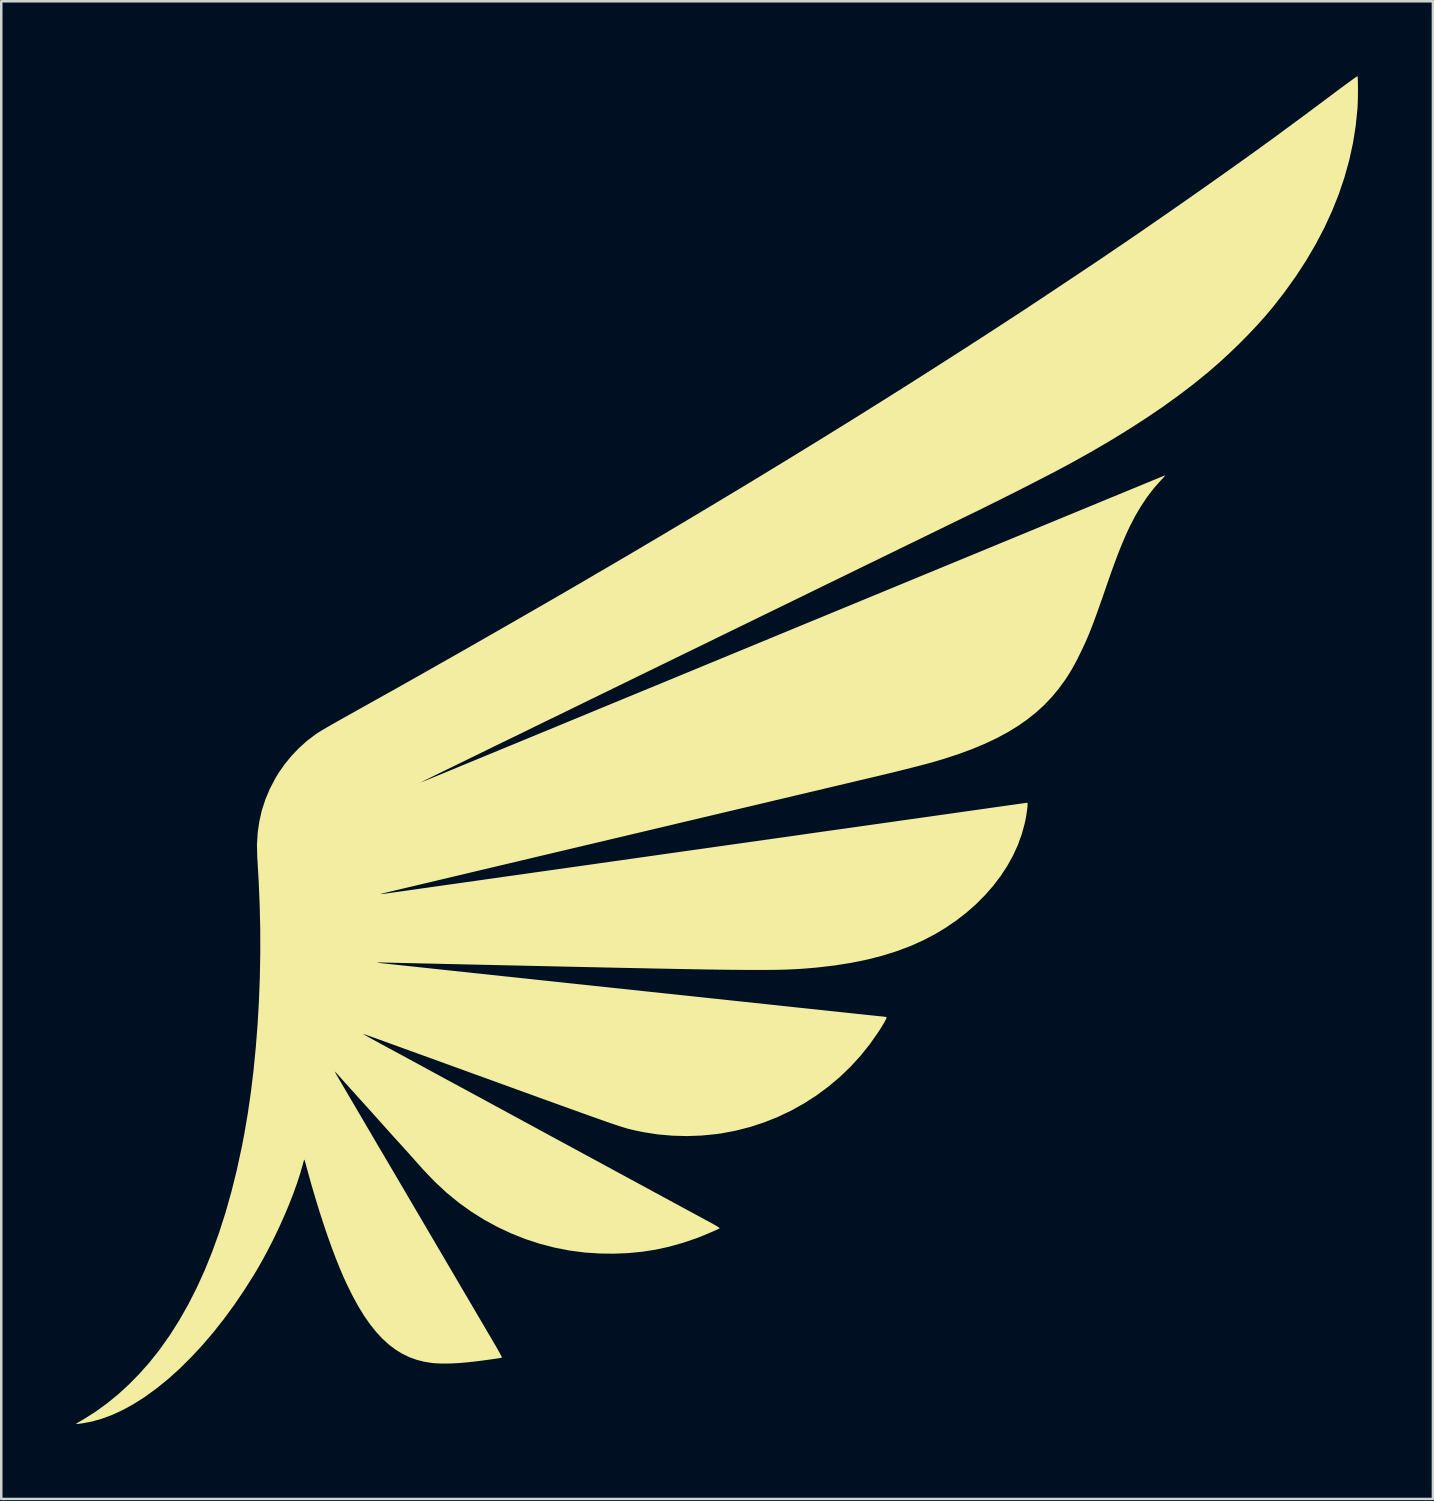
<source format=kicad_pcb>
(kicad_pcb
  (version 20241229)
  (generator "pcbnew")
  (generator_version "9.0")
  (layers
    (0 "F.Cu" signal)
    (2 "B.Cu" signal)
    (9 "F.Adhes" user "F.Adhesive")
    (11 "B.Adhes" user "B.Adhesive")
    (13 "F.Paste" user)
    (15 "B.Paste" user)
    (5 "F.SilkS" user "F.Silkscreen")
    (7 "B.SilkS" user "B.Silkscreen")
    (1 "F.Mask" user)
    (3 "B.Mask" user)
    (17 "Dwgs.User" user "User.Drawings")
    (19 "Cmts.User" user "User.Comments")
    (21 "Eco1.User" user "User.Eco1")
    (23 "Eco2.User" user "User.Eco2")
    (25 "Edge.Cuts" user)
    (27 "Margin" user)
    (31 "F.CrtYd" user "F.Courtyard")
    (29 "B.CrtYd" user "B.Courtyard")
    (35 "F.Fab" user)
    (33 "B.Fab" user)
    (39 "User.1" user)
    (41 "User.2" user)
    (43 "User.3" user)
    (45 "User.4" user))
  (footprint "silk"
    (layer "F.Cu")
    (at 25.626 26.95)
    (property "Reference" "silk" (at 0 0 0) (layer "F.SilkS") (effects (font (size 1.524 1.524) (thickness 0.3))))
    (attr board_only exclude_from_pos_files exclude_from_bom)
    (fp_poly (pts (xy 25.647 -26.927) (xy 25.652 -26.869) (xy 25.655 -26.782) (xy 25.658 -26.672) (xy 25.659 -26.545) (xy 25.66 -26.405) (xy 25.659 -26.258) (xy 25.657 -26.11) (xy 25.654 -25.967) (xy 25.649 -25.834) (xy 25.644 -25.716) (xy 25.64 -25.65) (xy 25.569 -24.959) (xy 25.46 -24.271) (xy 25.31 -23.587) (xy 25.121 -22.907) (xy 24.893 -22.231) (xy 24.625 -21.56) (xy 24.318 -20.894) (xy 23.972 -20.232) (xy 23.587 -19.576) (xy 23.163 -18.926) (xy 22.701 -18.281) (xy 22.262 -17.72) (xy 21.965 -17.366) (xy 21.637 -16.999) (xy 21.285 -16.626) (xy 20.915 -16.251) (xy 20.531 -15.881) (xy 20.14 -15.521) (xy 19.747 -15.177) (xy 19.63 -15.078) (xy 19.074 -14.627) (xy 18.478 -14.174) (xy 17.846 -13.719) (xy 17.177 -13.265) (xy 16.473 -12.812) (xy 15.735 -12.359) (xy 14.965 -11.909) (xy 14.26 -11.516) (xy 14.002 -11.376) (xy 13.712 -11.221) (xy 13.393 -11.053) (xy 13.049 -10.875) (xy 12.684 -10.687) (xy 12.302 -10.492) (xy 11.906 -10.291) (xy 11.501 -10.088) (xy 11.09 -9.883) (xy 10.677 -9.678) (xy 10.266 -9.476) (xy 9.86 -9.279) (xy 9.83 -9.264) (xy 9.642 -9.173) (xy 9.428 -9.069) (xy 9.202 -8.959) (xy 8.972 -8.847) (xy 8.752 -8.739) (xy 8.551 -8.641) (xy 8.492 -8.612) (xy 8.34 -8.538) (xy 8.199 -8.469) (xy 8.074 -8.408) (xy 7.969 -8.357) (xy 7.887 -8.317) (xy 7.833 -8.291) (xy 7.81 -8.28) (xy 7.809 -8.28) (xy 7.791 -8.271) (xy 7.74 -8.247) (xy 7.661 -8.209) (xy 7.557 -8.158) (xy 7.431 -8.096) (xy 7.288 -8.026) (xy 7.131 -7.949) (xy 7.01 -7.89) (xy 6.844 -7.809) (xy 6.691 -7.734) (xy 6.552 -7.666) (xy 6.432 -7.607) (xy 6.334 -7.56) (xy 6.262 -7.525) (xy 6.219 -7.505) (xy 6.209 -7.5) (xy 6.191 -7.491) (xy 6.14 -7.467) (xy 6.061 -7.429) (xy 5.956 -7.378) (xy 5.83 -7.316) (xy 5.687 -7.246) (xy 5.53 -7.169) (xy 5.409 -7.11) (xy 5.244 -7.029) (xy 5.09 -6.954) (xy 4.952 -6.886) (xy 4.832 -6.827) (xy 4.734 -6.78) (xy 4.662 -6.745) (xy 4.62 -6.725) (xy 4.61 -6.72) (xy 4.592 -6.712) (xy 4.542 -6.687) (xy 4.463 -6.649) (xy 4.361 -6.6) (xy 4.238 -6.54) (xy 4.1 -6.472) (xy 3.949 -6.398) (xy 3.928 -6.388) (xy 3.737 -6.295) (xy 3.522 -6.189) (xy 3.293 -6.077) (xy 3.06 -5.964) (xy 2.835 -5.854) (xy 2.629 -5.753) (xy 2.55 -5.715) (xy 2.399 -5.642) (xy 2.258 -5.573) (xy 2.122 -5.507) (xy 1.99 -5.443) (xy 1.858 -5.378) (xy 1.724 -5.313) (xy 1.585 -5.245) (xy 1.437 -5.173) (xy 1.279 -5.096) (xy 1.106 -5.012) (xy 0.917 -4.92) (xy 0.708 -4.818) (xy 0.476 -4.705) (xy 0.219 -4.58) (xy -0.066 -4.441) (xy -0.382 -4.286) (xy -0.62 -4.17) (xy -0.868 -4.049) (xy -1.113 -3.93) (xy -1.354 -3.812) (xy -1.585 -3.7) (xy -1.803 -3.593) (xy -2.006 -3.494) (xy -2.189 -3.405) (xy -2.349 -3.327) (xy -2.482 -3.263) (xy -2.584 -3.213) (xy -2.63 -3.19) (xy -2.869 -3.074) (xy -3.121 -2.951) (xy -3.383 -2.824) (xy -3.65 -2.693) (xy -3.921 -2.562) (xy -4.19 -2.43) (xy -4.453 -2.302) (xy -4.708 -2.177) (xy -4.951 -2.059) (xy -5.177 -1.949) (xy -5.384 -1.848) (xy -5.566 -1.759) (xy -5.722 -1.683) (xy -5.846 -1.622) (xy -5.88 -1.605) (xy -6.024 -1.535) (xy -6.168 -1.464) (xy -6.304 -1.398) (xy -6.426 -1.339) (xy -6.525 -1.291) (xy -6.59 -1.26) (xy -6.653 -1.23) (xy -6.747 -1.184) (xy -6.867 -1.126) (xy -7.006 -1.058) (xy -7.159 -0.983) (xy -7.322 -0.904) (xy -7.488 -0.822) (xy -7.508 -0.812) (xy -7.665 -0.735) (xy -7.81 -0.664) (xy -7.94 -0.601) (xy -8.05 -0.547) (xy -8.138 -0.504) (xy -8.198 -0.475) (xy -8.228 -0.461) (xy -8.231 -0.46) (xy -8.249 -0.451) (xy -8.3 -0.427) (xy -8.379 -0.389) (xy -8.483 -0.338) (xy -8.608 -0.277) (xy -8.75 -0.208) (xy -8.906 -0.132) (xy -9.003 -0.084) (xy -9.178 0.001) (xy -9.381 0.101) (xy -9.606 0.211) (xy -9.845 0.327) (xy -10.09 0.447) (xy -10.335 0.567) (xy -10.572 0.682) (xy -10.793 0.79) (xy -10.794 0.79) (xy -10.982 0.882) (xy -11.159 0.968) (xy -11.321 1.048) (xy -11.465 1.119) (xy -11.589 1.18) (xy -11.689 1.23) (xy -11.761 1.266) (xy -11.803 1.288) (xy -11.813 1.294) (xy -11.808 1.294) (xy -11.796 1.29) (xy -11.774 1.282) (xy -11.739 1.269) (xy -11.691 1.249) (xy -11.626 1.223) (xy -11.543 1.189) (xy -11.44 1.147) (xy -11.314 1.096) (xy -11.164 1.034) (xy -10.987 0.961) (xy -10.782 0.876) (xy -10.546 0.779) (xy -10.277 0.667) (xy -9.973 0.542) (xy -9.97 0.541) (xy -9.806 0.473) (xy -9.614 0.393) (xy -9.402 0.306) (xy -9.18 0.214) (xy -8.957 0.122) (xy -8.741 0.033) (xy -8.55 -0.046) (xy -8.21 -0.186) (xy -7.859 -0.331) (xy -7.503 -0.478) (xy -7.145 -0.626) (xy -6.79 -0.772) (xy -6.443 -0.915) (xy -6.108 -1.054) (xy -5.789 -1.185) (xy -5.49 -1.309) (xy -5.216 -1.422) (xy -4.972 -1.523) (xy -4.81 -1.59) (xy -4.705 -1.633) (xy -4.604 -1.675) (xy -4.504 -1.716) (xy -4.404 -1.757) (xy -4.302 -1.8) (xy -4.194 -1.844) (xy -4.081 -1.891) (xy -3.958 -1.941) (xy -3.825 -1.996) (xy -3.679 -2.057) (xy -3.518 -2.123) (xy -3.341 -2.196) (xy -3.144 -2.277) (xy -2.927 -2.367) (xy -2.686 -2.467) (xy -2.42 -2.576) (xy -2.127 -2.697) (xy -1.805 -2.83) (xy -1.452 -2.976) (xy -1.065 -3.135) (xy -0.74 -3.27) (xy -0.483 -3.376) (xy -0.227 -3.482) (xy 0.026 -3.586) (xy 0.27 -3.687) (xy 0.503 -3.783) (xy 0.719 -3.872) (xy 0.917 -3.954) (xy 1.091 -4.026) (xy 1.238 -4.086) (xy 1.353 -4.134) (xy 1.4 -4.153) (xy 1.607 -4.239) (xy 1.798 -4.318) (xy 1.978 -4.392) (xy 2.148 -4.463) (xy 2.313 -4.531) (xy 2.476 -4.598) (xy 2.641 -4.666) (xy 2.811 -4.736) (xy 2.989 -4.81) (xy 3.179 -4.888) (xy 3.384 -4.973) (xy 3.608 -5.065) (xy 3.853 -5.167) (xy 4.125 -5.278) (xy 4.425 -5.402) (xy 4.758 -5.54) (xy 4.88 -5.59) (xy 5.16 -5.705) (xy 5.434 -5.818) (xy 5.699 -5.928) (xy 5.952 -6.032) (xy 6.191 -6.131) (xy 6.413 -6.222) (xy 6.615 -6.306) (xy 6.793 -6.379) (xy 6.947 -6.443) (xy 7.072 -6.494) (xy 7.166 -6.533) (xy 7.226 -6.558) (xy 7.23 -6.56) (xy 7.325 -6.599) (xy 7.448 -6.65) (xy 7.595 -6.711) (xy 7.761 -6.78) (xy 7.943 -6.855) (xy 8.134 -6.934) (xy 8.331 -7.015) (xy 8.529 -7.097) (xy 8.723 -7.177) (xy 8.909 -7.254) (xy 9.083 -7.326) (xy 9.24 -7.39) (xy 9.375 -7.446) (xy 9.483 -7.49) (xy 9.561 -7.522) (xy 9.58 -7.53) (xy 9.634 -7.552) (xy 9.72 -7.588) (xy 9.837 -7.636) (xy 9.98 -7.695) (xy 10.146 -7.764) (xy 10.332 -7.84) (xy 10.532 -7.923) (xy 10.746 -8.011) (xy 10.967 -8.103) (xy 11.13 -8.17) (xy 11.384 -8.275) (xy 11.652 -8.386) (xy 11.93 -8.5) (xy 12.21 -8.616) (xy 12.485 -8.73) (xy 12.75 -8.839) (xy 12.998 -8.942) (xy 13.223 -9.034) (xy 13.417 -9.115) (xy 13.43 -9.12) (xy 13.66 -9.215) (xy 13.915 -9.32) (xy 14.185 -9.432) (xy 14.462 -9.546) (xy 14.735 -9.658) (xy 14.994 -9.766) (xy 15.231 -9.863) (xy 15.32 -9.9) (xy 15.702 -10.058) (xy 16.048 -10.2) (xy 16.36 -10.329) (xy 16.639 -10.444) (xy 16.887 -10.546) (xy 17.105 -10.636) (xy 17.294 -10.714) (xy 17.456 -10.781) (xy 17.593 -10.837) (xy 17.705 -10.882) (xy 17.795 -10.919) (xy 17.862 -10.946) (xy 17.91 -10.965) (xy 17.939 -10.976) (xy 17.951 -10.98) (xy 17.951 -10.98) (xy 17.942 -10.966) (xy 17.911 -10.929) (xy 17.86 -10.872) (xy 17.794 -10.802) (xy 17.751 -10.756) (xy 17.486 -10.455) (xy 17.228 -10.118) (xy 16.981 -9.75) (xy 16.748 -9.355) (xy 16.531 -8.937) (xy 16.494 -8.86) (xy 16.381 -8.613) (xy 16.267 -8.351) (xy 16.151 -8.07) (xy 16.032 -7.765) (xy 15.908 -7.433) (xy 15.777 -7.071) (xy 15.651 -6.71) (xy 15.533 -6.37) (xy 15.427 -6.065) (xy 15.331 -5.791) (xy 15.243 -5.545) (xy 15.164 -5.324) (xy 15.09 -5.125) (xy 15.022 -4.945) (xy 14.957 -4.78) (xy 14.895 -4.626) (xy 14.834 -4.482) (xy 14.774 -4.343) (xy 14.712 -4.206) (xy 14.647 -4.068) (xy 14.579 -3.926) (xy 14.561 -3.889) (xy 14.447 -3.657) (xy 14.341 -3.454) (xy 14.239 -3.27) (xy 14.137 -3.097) (xy 14.028 -2.925) (xy 13.939 -2.79) (xy 13.683 -2.438) (xy 13.406 -2.105) (xy 13.107 -1.791) (xy 12.783 -1.495) (xy 12.433 -1.216) (xy 12.056 -0.952) (xy 11.65 -0.703) (xy 11.213 -0.468) (xy 10.745 -0.246) (xy 10.243 -0.036) (xy 9.706 0.163) (xy 9.133 0.352) (xy 8.672 0.489) (xy 8.511 0.534) (xy 8.316 0.586) (xy 8.092 0.645) (xy 7.845 0.708) (xy 7.58 0.775) (xy 7.302 0.845) (xy 7.017 0.915) (xy 6.729 0.984) (xy 6.444 1.053) (xy 6.34 1.077) (xy 6.24 1.101) (xy 6.105 1.132) (xy 5.943 1.171) (xy 5.757 1.215) (xy 5.552 1.263) (xy 5.335 1.315) (xy 5.11 1.368) (xy 4.882 1.422) (xy 4.73 1.458) (xy 4.502 1.512) (xy 4.271 1.567) (xy 4.044 1.621) (xy 3.826 1.673) (xy 3.621 1.721) (xy 3.436 1.765) (xy 3.275 1.803) (xy 3.145 1.834) (xy 3.08 1.849) (xy 2.917 1.888) (xy 2.728 1.933) (xy 2.528 1.98) (xy 2.331 2.027) (xy 2.15 2.07) (xy 2.1 2.082) (xy 1.85 2.141) (xy 1.604 2.199) (xy 1.353 2.259) (xy 1.09 2.321) (xy 0.806 2.388) (xy 0.491 2.462) (xy 0.465 2.469) (xy 0.396 2.485) (xy 0.292 2.51) (xy 0.154 2.542) (xy -0.013 2.582) (xy -0.208 2.628) (xy -0.428 2.68) (xy -0.669 2.737) (xy -0.928 2.799) (xy -1.203 2.864) (xy -1.49 2.932) (xy -1.787 3.003) (xy -2.091 3.075) (xy -2.24 3.11) (xy -2.543 3.182) (xy -2.839 3.252) (xy -3.124 3.32) (xy -3.397 3.384) (xy -3.654 3.445) (xy -3.892 3.502) (xy -4.11 3.553) (xy -4.303 3.599) (xy -4.47 3.639) (xy -4.608 3.672) (xy -4.715 3.697) (xy -4.786 3.714) (xy -4.81 3.719) (xy -4.872 3.734) (xy -4.969 3.757) (xy -5.099 3.787) (xy -5.259 3.825) (xy -5.445 3.869) (xy -5.654 3.919) (xy -5.883 3.973) (xy -6.13 4.031) (xy -6.39 4.093) (xy -6.661 4.157) (xy -6.94 4.223) (xy -7.223 4.29) (xy -7.507 4.358) (xy -7.79 4.425) (xy -8.068 4.491) (xy -8.338 4.555) (xy -8.597 4.616) (xy -8.841 4.674) (xy -9.068 4.728) (xy -9.275 4.777) (xy -9.458 4.82) (xy -9.614 4.857) (xy -9.74 4.887) (xy -9.833 4.909) (xy -9.88 4.921) (xy -10.008 4.951) (xy -10.162 4.988) (xy -10.328 5.027) (xy -10.493 5.067) (xy -10.63 5.099) (xy -10.742 5.126) (xy -10.886 5.16) (xy -11.056 5.2) (xy -11.244 5.245) (xy -11.444 5.292) (xy -11.65 5.341) (xy -11.853 5.389) (xy -11.93 5.407) (xy -12.126 5.454) (xy -12.322 5.5) (xy -12.513 5.545) (xy -12.691 5.587) (xy -12.852 5.625) (xy -12.988 5.658) (xy -13.095 5.683) (xy -13.134 5.692) (xy -13.241 5.718) (xy -13.332 5.741) (xy -13.401 5.759) (xy -13.442 5.772) (xy -13.451 5.776) (xy -13.429 5.776) (xy -13.375 5.771) (xy -13.296 5.761) (xy -13.2 5.748) (xy -13.156 5.742) (xy -13.099 5.734) (xy -13.004 5.721) (xy -12.876 5.702) (xy -12.717 5.68) (xy -12.529 5.653) (xy -12.317 5.623) (xy -12.083 5.59) (xy -11.829 5.554) (xy -11.559 5.516) (xy -11.276 5.475) (xy -10.982 5.434) (xy -10.681 5.391) (xy -10.6 5.38) (xy -10.034 5.3) (xy -9.465 5.219) (xy -8.896 5.139) (xy -8.329 5.058) (xy -7.767 4.979) (xy -7.212 4.9) (xy -6.668 4.823) (xy -6.137 4.748) (xy -5.622 4.675) (xy -5.124 4.605) (xy -4.648 4.537) (xy -4.195 4.473) (xy -3.768 4.413) (xy -3.37 4.356) (xy -3.003 4.304) (xy -2.67 4.257) (xy -2.374 4.215) (xy -2.34 4.21) (xy -2.121 4.179) (xy -1.868 4.143) (xy -1.586 4.103) (xy -1.28 4.06) (xy -0.957 4.014) (xy -0.621 3.967) (xy -0.277 3.918) (xy 0.068 3.869) (xy 0.409 3.821) (xy 0.742 3.774) (xy 1.05 3.731) (xy 1.337 3.69) (xy 1.616 3.651) (xy 1.884 3.613) (xy 2.138 3.577) (xy 2.375 3.543) (xy 2.593 3.512) (xy 2.787 3.485) (xy 2.956 3.461) (xy 3.097 3.441) (xy 3.205 3.425) (xy 3.28 3.415) (xy 3.31 3.41) (xy 3.372 3.401) (xy 3.468 3.388) (xy 3.593 3.37) (xy 3.743 3.348) (xy 3.912 3.324) (xy 4.096 3.298) (xy 4.288 3.271) (xy 4.43 3.251) (xy 4.654 3.219) (xy 4.914 3.183) (xy 5.205 3.142) (xy 5.523 3.097) (xy 5.865 3.048) (xy 6.227 2.997) (xy 6.604 2.944) (xy 6.993 2.889) (xy 7.39 2.832) (xy 7.791 2.776) (xy 8.193 2.719) (xy 8.591 2.663) (xy 8.981 2.607) (xy 9.359 2.554) (xy 9.723 2.502) (xy 10.067 2.453) (xy 10.388 2.408) (xy 10.682 2.366) (xy 10.945 2.329) (xy 11.173 2.296) (xy 11.223 2.289) (xy 11.437 2.259) (xy 11.638 2.23) (xy 11.825 2.204) (xy 11.993 2.18) (xy 12.138 2.16) (xy 12.258 2.143) (xy 12.348 2.131) (xy 12.406 2.123) (xy 12.428 2.12) (xy 12.428 2.12) (xy 12.438 2.139) (xy 12.44 2.191) (xy 12.436 2.271) (xy 12.425 2.374) (xy 12.409 2.494) (xy 12.389 2.626) (xy 12.364 2.763) (xy 12.336 2.901) (xy 12.329 2.933) (xy 12.21 3.373) (xy 12.053 3.807) (xy 11.858 4.233) (xy 11.628 4.648) (xy 11.364 5.052) (xy 11.066 5.443) (xy 10.737 5.819) (xy 10.378 6.179) (xy 9.99 6.521) (xy 9.574 6.842) (xy 9.131 7.142) (xy 8.75 7.371) (xy 8.265 7.625) (xy 7.751 7.855) (xy 7.207 8.059) (xy 6.633 8.239) (xy 6.029 8.394) (xy 5.394 8.524) (xy 4.729 8.63) (xy 4.032 8.712) (xy 3.85 8.728) (xy 3.724 8.739) (xy 3.6 8.749) (xy 3.475 8.759) (xy 3.348 8.767) (xy 3.219 8.775) (xy 3.086 8.782) (xy 2.947 8.788) (xy 2.801 8.794) (xy 2.648 8.799) (xy 2.485 8.803) (xy 2.312 8.806) (xy 2.126 8.808) (xy 1.928 8.81) (xy 1.715 8.811) (xy 1.487 8.811) (xy 1.241 8.81) (xy 0.977 8.808) (xy 0.693 8.805) (xy 0.389 8.802) (xy 0.062 8.798) (xy -0.288 8.793) (xy -0.663 8.787) (xy -1.064 8.78) (xy -1.493 8.772) (xy -1.95 8.763) (xy -2.437 8.754) (xy -2.955 8.743) (xy -3.506 8.732) (xy -4.091 8.72) (xy -4.71 8.706) (xy -5.366 8.692) (xy -6.06 8.677) (xy -6.63 8.664) (xy -7.138 8.653) (xy -7.637 8.642) (xy -8.126 8.631) (xy -8.603 8.621) (xy -9.066 8.61) (xy -9.514 8.6) (xy -9.945 8.591) (xy -10.357 8.581) (xy -10.75 8.573) (xy -11.122 8.564) (xy -11.47 8.556) (xy -11.794 8.549) (xy -12.092 8.542) (xy -12.361 8.536) (xy -12.602 8.531) (xy -12.811 8.526) (xy -12.988 8.522) (xy -13.131 8.519) (xy -13.238 8.516) (xy -13.309 8.514) (xy -13.336 8.513) (xy -13.433 8.511) (xy -13.513 8.51) (xy -13.568 8.511) (xy -13.593 8.513) (xy -13.593 8.514) (xy -13.571 8.519) (xy -13.517 8.527) (xy -13.438 8.537) (xy -13.342 8.548) (xy -13.317 8.55) (xy -13.268 8.556) (xy -13.182 8.565) (xy -13.06 8.578) (xy -12.906 8.594) (xy -12.721 8.614) (xy -12.507 8.637) (xy -12.267 8.662) (xy -12.003 8.69) (xy -11.717 8.721) (xy -11.412 8.753) (xy -11.089 8.788) (xy -10.752 8.824) (xy -10.402 8.861) (xy -10.042 8.899) (xy -9.674 8.939) (xy -9.66 8.94) (xy -9.291 8.979) (xy -8.93 9.018) (xy -8.58 9.055) (xy -8.242 9.091) (xy -7.919 9.126) (xy -7.613 9.158) (xy -7.326 9.189) (xy -7.061 9.217) (xy -6.82 9.243) (xy -6.605 9.266) (xy -6.419 9.286) (xy -6.263 9.302) (xy -6.139 9.315) (xy -6.052 9.325) (xy -6.001 9.33) (xy -6 9.33) (xy -5.853 9.346) (xy -5.677 9.364) (xy -5.476 9.386) (xy -5.257 9.409) (xy -5.025 9.434) (xy -4.786 9.459) (xy -4.546 9.485) (xy -4.311 9.51) (xy -4.085 9.534) (xy -3.876 9.556) (xy -3.688 9.576) (xy -3.527 9.593) (xy -3.399 9.607) (xy -3.38 9.609) (xy -3.209 9.627) (xy -3.014 9.648) (xy -2.81 9.67) (xy -2.613 9.691) (xy -2.438 9.709) (xy -2.43 9.71) (xy -2.326 9.721) (xy -2.188 9.736) (xy -2.019 9.754) (xy -1.825 9.774) (xy -1.61 9.797) (xy -1.38 9.822) (xy -1.138 9.847) (xy -0.891 9.874) (xy -0.642 9.9) (xy -0.55 9.91) (xy -0.264 9.941) (xy 0.053 9.974) (xy 0.397 10.011) (xy 0.762 10.05) (xy 1.146 10.091) (xy 1.543 10.133) (xy 1.949 10.176) (xy 2.36 10.22) (xy 2.772 10.264) (xy 3.18 10.308) (xy 3.58 10.35) (xy 3.968 10.391) (xy 4.339 10.431) (xy 4.689 10.468) (xy 5.013 10.503) (xy 5.308 10.534) (xy 5.569 10.562) (xy 5.65 10.571) (xy 5.837 10.59) (xy 6.015 10.609) (xy 6.182 10.627) (xy 6.33 10.642) (xy 6.456 10.655) (xy 6.554 10.665) (xy 6.62 10.672) (xy 6.64 10.674) (xy 6.711 10.682) (xy 6.768 10.691) (xy 6.795 10.698) (xy 6.797 10.722) (xy 6.777 10.776) (xy 6.735 10.859) (xy 6.672 10.969) (xy 6.589 11.106) (xy 6.486 11.267) (xy 6.465 11.3) (xy 6.122 11.789) (xy 5.75 12.253) (xy 5.35 12.689) (xy 4.923 13.099) (xy 4.471 13.479) (xy 3.997 13.829) (xy 3.501 14.149) (xy 2.986 14.436) (xy 2.453 14.69) (xy 1.904 14.909) (xy 1.342 15.093) (xy 0.766 15.241) (xy 0.18 15.351) (xy -0.01 15.378) (xy -0.596 15.436) (xy -1.185 15.458) (xy -1.773 15.442) (xy -2.355 15.391) (xy -2.927 15.302) (xy -3.24 15.237) (xy -3.294 15.225) (xy -3.345 15.213) (xy -3.394 15.202) (xy -3.442 15.19) (xy -3.491 15.178) (xy -3.542 15.165) (xy -3.596 15.15) (xy -3.655 15.133) (xy -3.719 15.114) (xy -3.79 15.092) (xy -3.87 15.067) (xy -3.959 15.037) (xy -4.059 15.004) (xy -4.171 14.966) (xy -4.297 14.923) (xy -4.437 14.874) (xy -4.593 14.819) (xy -4.766 14.758) (xy -4.958 14.69) (xy -5.169 14.614) (xy -5.402 14.531) (xy -5.657 14.439) (xy -5.935 14.339) (xy -6.238 14.23) (xy -6.567 14.111) (xy -6.924 13.982) (xy -7.309 13.842) (xy -7.724 13.692) (xy -8.171 13.53) (xy -8.649 13.356) (xy -9.162 13.17) (xy -9.71 12.972) (xy -10.293 12.76) (xy -10.32 12.75) (xy -10.559 12.664) (xy -10.808 12.573) (xy -11.059 12.482) (xy -11.307 12.392) (xy -11.547 12.305) (xy -11.772 12.224) (xy -11.976 12.15) (xy -12.154 12.085) (xy -12.28 12.04) (xy -12.473 11.97) (xy -12.684 11.893) (xy -12.902 11.814) (xy -13.116 11.736) (xy -13.318 11.663) (xy -13.498 11.598) (xy -13.569 11.572) (xy -13.713 11.52) (xy -13.844 11.474) (xy -13.958 11.434) (xy -14.05 11.402) (xy -14.116 11.38) (xy -14.151 11.369) (xy -14.155 11.368) (xy -14.139 11.379) (xy -14.091 11.407) (xy -14.013 11.452) (xy -13.907 11.511) (xy -13.776 11.583) (xy -13.624 11.666) (xy -13.451 11.761) (xy -13.261 11.864) (xy -13.057 11.974) (xy -12.97 12.021) (xy -12.869 12.075) (xy -12.745 12.143) (xy -12.604 12.219) (xy -12.452 12.301) (xy -12.298 12.385) (xy -12.145 12.468) (xy -12.003 12.545) (xy -11.876 12.614) (xy -11.772 12.671) (xy -11.7 12.71) (xy -11.648 12.738) (xy -11.563 12.784) (xy -11.449 12.846) (xy -11.31 12.922) (xy -11.147 13.01) (xy -10.964 13.11) (xy -10.764 13.218) (xy -10.549 13.334) (xy -10.324 13.456) (xy -10.091 13.582) (xy -9.91 13.68) (xy -9.674 13.808) (xy -9.444 13.932) (xy -9.224 14.052) (xy -9.016 14.164) (xy -8.824 14.269) (xy -8.65 14.363) (xy -8.497 14.446) (xy -8.368 14.516) (xy -8.266 14.571) (xy -8.194 14.611) (xy -8.16 14.629) (xy -8.072 14.677) (xy -7.962 14.737) (xy -7.84 14.803) (xy -7.72 14.868) (xy -7.68 14.89) (xy -7.563 14.953) (xy -7.441 15.019) (xy -7.325 15.082) (xy -7.228 15.135) (xy -7.2 15.15) (xy -7.101 15.205) (xy -6.994 15.263) (xy -6.897 15.315) (xy -6.86 15.335) (xy -6.826 15.353) (xy -6.759 15.39) (xy -6.661 15.443) (xy -6.533 15.512) (xy -6.378 15.596) (xy -6.198 15.694) (xy -5.994 15.804) (xy -5.768 15.927) (xy -5.523 16.06) (xy -5.26 16.202) (xy -4.981 16.353) (xy -4.688 16.512) (xy -4.384 16.677) (xy -4.07 16.848) (xy -3.75 17.021) (xy -3.422 17.199) (xy -3.098 17.374) (xy -2.781 17.546) (xy -2.474 17.713) (xy -2.177 17.874) (xy -1.894 18.027) (xy -1.626 18.172) (xy -1.377 18.307) (xy -1.147 18.432) (xy -0.94 18.544) (xy -0.757 18.643) (xy -0.601 18.727) (xy -0.474 18.796) (xy -0.378 18.848) (xy -0.325 18.877) (xy -0.202 18.944) (xy -0.092 19.006) (xy -0.000446 19.059) (xy 0.069 19.102) (xy 0.112 19.131) (xy 0.125 19.143) (xy 0.098 19.16) (xy 0.039 19.188) (xy -0.044 19.227) (xy -0.147 19.273) (xy -0.263 19.323) (xy -0.386 19.375) (xy -0.511 19.427) (xy -0.631 19.476) (xy -0.741 19.519) (xy -0.811 19.546) (xy -1.357 19.731) (xy -1.897 19.883) (xy -2.436 20.001) (xy -2.982 20.086) (xy -3.538 20.14) (xy -4.111 20.163) (xy -4.67 20.157) (xy -5.279 20.117) (xy -5.885 20.038) (xy -6.484 19.921) (xy -7.076 19.767) (xy -7.656 19.577) (xy -8.225 19.351) (xy -8.779 19.091) (xy -9.315 18.798) (xy -9.833 18.472) (xy -10.329 18.115) (xy -10.802 17.728) (xy -11.25 17.311) (xy -11.261 17.3) (xy -11.367 17.192) (xy -11.478 17.078) (xy -11.586 16.966) (xy -11.681 16.865) (xy -11.757 16.783) (xy -11.759 16.78) (xy -11.844 16.685) (xy -11.935 16.584) (xy -12.021 16.487) (xy -12.09 16.41) (xy -12.236 16.247) (xy -12.357 16.111) (xy -12.458 15.999) (xy -12.539 15.909) (xy -12.605 15.836) (xy -12.657 15.779) (xy -12.698 15.734) (xy -12.702 15.73) (xy -12.737 15.691) (xy -12.795 15.627) (xy -12.873 15.542) (xy -12.965 15.44) (xy -13.069 15.324) (xy -13.18 15.2) (xy -13.27 15.1) (xy -13.546 14.792) (xy -13.795 14.514) (xy -14.018 14.266) (xy -14.215 14.048) (xy -14.386 13.858) (xy -14.53 13.698) (xy -14.6 13.621) (xy -14.692 13.519) (xy -14.799 13.4) (xy -14.91 13.278) (xy -15.012 13.164) (xy -15.038 13.135) (xy -15.113 13.051) (xy -15.178 12.979) (xy -15.23 12.923) (xy -15.263 12.889) (xy -15.273 12.88) (xy -15.276 12.882) (xy -15.274 12.888) (xy -15.268 12.903) (xy -15.255 12.928) (xy -15.233 12.968) (xy -15.2 13.024) (xy -15.156 13.1) (xy -15.098 13.199) (xy -15.025 13.325) (xy -14.935 13.479) (xy -14.84 13.64) (xy -14.745 13.802) (xy -14.634 13.991) (xy -14.511 14.2) (xy -14.382 14.42) (xy -14.25 14.645) (xy -14.12 14.867) (xy -13.996 15.079) (xy -13.931 15.19) (xy -13.823 15.374) (xy -13.715 15.558) (xy -13.61 15.737) (xy -13.511 15.905) (xy -13.42 16.059) (xy -13.341 16.193) (xy -13.277 16.303) (xy -13.231 16.38) (xy -13.159 16.502) (xy -13.074 16.646) (xy -12.984 16.799) (xy -12.897 16.947) (xy -12.836 17.05) (xy -12.785 17.138) (xy -12.716 17.255) (xy -12.633 17.397) (xy -12.537 17.559) (xy -12.433 17.737) (xy -12.323 17.925) (xy -12.209 18.119) (xy -12.095 18.313) (xy -12.056 18.38) (xy -11.927 18.599) (xy -11.786 18.839) (xy -11.637 19.093) (xy -11.485 19.351) (xy -11.336 19.606) (xy -11.193 19.85) (xy -11.061 20.073) (xy -10.97 20.23) (xy -10.705 20.681) (xy -10.459 21.099) (xy -10.233 21.485) (xy -10.025 21.839) (xy -9.834 22.164) (xy -9.66 22.461) (xy -9.502 22.73) (xy -9.359 22.973) (xy -9.231 23.191) (xy -9.117 23.385) (xy -9.016 23.556) (xy -8.928 23.706) (xy -8.916 23.727) (xy -8.835 23.865) (xy -8.763 23.992) (xy -8.7 24.104) (xy -8.65 24.197) (xy -8.614 24.267) (xy -8.595 24.309) (xy -8.593 24.321) (xy -8.61 24.327) (xy -8.65 24.336) (xy -8.717 24.347) (xy -8.811 24.362) (xy -8.936 24.38) (xy -9.094 24.402) (xy -9.286 24.428) (xy -9.515 24.458) (xy -9.609 24.47) (xy -9.925 24.506) (xy -10.236 24.534) (xy -10.534 24.552) (xy -10.814 24.56) (xy -11.07 24.558) (xy -11.295 24.546) (xy -11.376 24.539) (xy -11.698 24.488) (xy -12.008 24.409) (xy -12.305 24.301) (xy -12.59 24.162) (xy -12.865 23.991) (xy -13.131 23.788) (xy -13.387 23.552) (xy -13.636 23.282) (xy -13.878 22.977) (xy -14.115 22.636) (xy -14.346 22.258) (xy -14.573 21.842) (xy -14.797 21.388) (xy -14.925 21.11) (xy -15.081 20.746) (xy -15.241 20.347) (xy -15.403 19.916) (xy -15.568 19.456) (xy -15.732 18.972) (xy -15.895 18.468) (xy -16.055 17.947) (xy -16.212 17.413) (xy -16.363 16.87) (xy -16.432 16.615) (xy -16.456 16.529) (xy -16.477 16.459) (xy -16.492 16.414) (xy -16.5 16.4) (xy -16.51 16.418) (xy -16.526 16.465) (xy -16.545 16.532) (xy -16.548 16.545) (xy -16.655 16.924) (xy -16.785 17.328) (xy -16.937 17.752) (xy -17.108 18.191) (xy -17.297 18.639) (xy -17.5 19.091) (xy -17.715 19.543) (xy -17.941 19.988) (xy -18.174 20.422) (xy -18.414 20.84) (xy -18.504 20.991) (xy -18.896 21.612) (xy -19.301 22.209) (xy -19.718 22.778) (xy -20.145 23.318) (xy -20.582 23.829) (xy -21.026 24.307) (xy -21.476 24.753) (xy -21.931 25.163) (xy -22.389 25.537) (xy -22.849 25.872) (xy -22.94 25.934) (xy -23.364 26.2) (xy -23.782 26.428) (xy -24.195 26.617) (xy -24.601 26.768) (xy -25.001 26.88) (xy -25.363 26.949) (xy -25.478 26.965) (xy -25.558 26.975) (xy -25.606 26.979) (xy -25.626 26.975) (xy -25.622 26.965) (xy -25.598 26.948) (xy -25.59 26.942) (xy -25.55 26.918) (xy -25.485 26.879) (xy -25.402 26.83) (xy -25.311 26.777) (xy -25.3 26.77) (xy -24.847 26.483) (xy -24.4 26.159) (xy -23.961 25.801) (xy -23.533 25.411) (xy -23.12 24.992) (xy -22.724 24.548) (xy -22.349 24.081) (xy -22.282 23.993) (xy -21.881 23.426) (xy -21.501 22.826) (xy -21.142 22.193) (xy -20.803 21.526) (xy -20.485 20.827) (xy -20.188 20.093) (xy -19.911 19.326) (xy -19.654 18.526) (xy -19.418 17.691) (xy -19.202 16.822) (xy -19.006 15.918) (xy -18.902 15.38) (xy -18.761 14.555) (xy -18.637 13.699) (xy -18.53 12.815) (xy -18.441 11.909) (xy -18.369 10.985) (xy -18.315 10.047) (xy -18.279 9.1) (xy -18.262 8.148) (xy -18.263 7.197) (xy -18.284 6.25) (xy -18.323 5.313) (xy -18.33 5.19) (xy -18.339 5.021) (xy -18.35 4.837) (xy -18.361 4.65) (xy -18.371 4.473) (xy -18.381 4.32) (xy -18.383 4.285) (xy -18.394 3.802) (xy -18.366 3.33) (xy -18.3 2.868) (xy -18.196 2.416) (xy -18.053 1.976) (xy -17.871 1.548) (xy -17.746 1.31) (xy -11.86 1.31) (xy -11.85 1.32) (xy -11.84 1.31) (xy -11.85 1.3) (xy -11.86 1.31) (xy -17.746 1.31) (xy -17.652 1.131) (xy -17.549 0.96) (xy -17.302 0.6) (xy -17.024 0.258) (xy -16.719 -0.062) (xy -16.394 -0.355) (xy -16.052 -0.614) (xy -15.968 -0.671) (xy -15.913 -0.706) (xy -15.839 -0.752) (xy -15.743 -0.809) (xy -15.625 -0.878) (xy -15.483 -0.96) (xy -15.316 -1.055) (xy -15.122 -1.165) (xy -14.901 -1.29) (xy -14.65 -1.43) (xy -14.369 -1.588) (xy -14.056 -1.763) (xy -13.709 -1.956) (xy -13.63 -2) (xy -13.513 -2.066) (xy -13.369 -2.146) (xy -13.203 -2.239) (xy -13.022 -2.34) (xy -12.831 -2.448) (xy -12.634 -2.559) (xy -12.436 -2.67) (xy -12.244 -2.778) (xy -12.062 -2.881) (xy -11.896 -2.974) (xy -11.751 -3.056) (xy -11.632 -3.124) (xy -11.57 -3.159) (xy -11.446 -3.23) (xy -11.299 -3.313) (xy -11.139 -3.404) (xy -10.98 -3.494) (xy -10.833 -3.577) (xy -10.81 -3.59) (xy -10.598 -3.71) (xy -10.361 -3.844) (xy -10.101 -3.992) (xy -9.822 -4.151) (xy -9.527 -4.32) (xy -9.218 -4.497) (xy -8.899 -4.679) (xy -8.573 -4.867) (xy -8.242 -5.056) (xy -7.91 -5.247) (xy -7.58 -5.437) (xy -7.254 -5.625) (xy -6.936 -5.808) (xy -6.629 -5.985) (xy -6.336 -6.155) (xy -6.059 -6.315) (xy -5.803 -6.464) (xy -5.569 -6.599) (xy -5.361 -6.721) (xy -5.182 -6.826) (xy -5.04 -6.909) (xy -4.942 -6.967) (xy -4.823 -7.037) (xy -4.698 -7.11) (xy -4.579 -7.179) (xy -4.56 -7.19) (xy -4.252 -7.37) (xy -3.914 -7.568) (xy -3.548 -7.782) (xy -3.16 -8.011) (xy -2.752 -8.253) (xy -2.327 -8.504) (xy -1.891 -8.764) (xy -1.446 -9.029) (xy -0.996 -9.297) (xy -0.544 -9.568) (xy -0.094 -9.837) (xy 0.349 -10.104) (xy 0.784 -10.365) (xy 1.205 -10.619) (xy 1.609 -10.864) (xy 1.857 -11.015) (xy 3.031 -11.731) (xy 4.176 -12.434) (xy 5.297 -13.128) (xy 6.402 -13.818) (xy 7.496 -14.506) (xy 8.586 -15.199) (xy 9.68 -15.898) (xy 10.782 -16.609) (xy 11.899 -17.336) (xy 12.146 -17.497) (xy 12.229 -17.551) (xy 12.341 -17.625) (xy 12.478 -17.715) (xy 12.637 -17.821) (xy 12.815 -17.939) (xy 13.008 -18.067) (xy 13.214 -18.204) (xy 13.428 -18.346) (xy 13.648 -18.492) (xy 13.87 -18.64) (xy 14.091 -18.787) (xy 14.308 -18.932) (xy 14.517 -19.071) (xy 14.715 -19.203) (xy 14.899 -19.326) (xy 15.066 -19.437) (xy 15.211 -19.535) (xy 15.332 -19.616) (xy 15.426 -19.679) (xy 15.478 -19.714) (xy 15.607 -19.802) (xy 15.755 -19.903) (xy 15.905 -20.005) (xy 16.044 -20.099) (xy 16.1 -20.137) (xy 16.488 -20.401) (xy 16.893 -20.678) (xy 17.313 -20.967) (xy 17.742 -21.264) (xy 18.18 -21.567) (xy 18.621 -21.874) (xy 19.063 -22.184) (xy 19.502 -22.492) (xy 19.936 -22.798) (xy 20.36 -23.098) (xy 20.772 -23.391) (xy 21.168 -23.673) (xy 21.545 -23.944) (xy 21.9 -24.2) (xy 22.229 -24.439) (xy 22.529 -24.659) (xy 22.61 -24.719) (xy 22.65 -24.749) (xy 22.718 -24.799) (xy 22.809 -24.866) (xy 22.918 -24.946) (xy 23.04 -25.036) (xy 23.171 -25.132) (xy 23.25 -25.19) (xy 23.374 -25.282) (xy 23.524 -25.393) (xy 23.695 -25.52) (xy 23.881 -25.659) (xy 24.077 -25.805) (xy 24.278 -25.955) (xy 24.477 -26.103) (xy 24.669 -26.247) (xy 24.705 -26.275) (xy 24.874 -26.401) (xy 25.033 -26.519) (xy 25.179 -26.627) (xy 25.311 -26.723) (xy 25.425 -26.805) (xy 25.517 -26.87) (xy 25.586 -26.917) (xy 25.628 -26.944) (xy 25.64 -26.95)) (stroke (width 0) (type solid)) (fill yes) (layer "F.SilkS")))
  (gr_rect
    (start -3 -3)
    (end 54.286 56.928)
    (stroke (width 0.1) (type default))
    (fill no)
    (layer "Edge.Cuts")))
</source>
